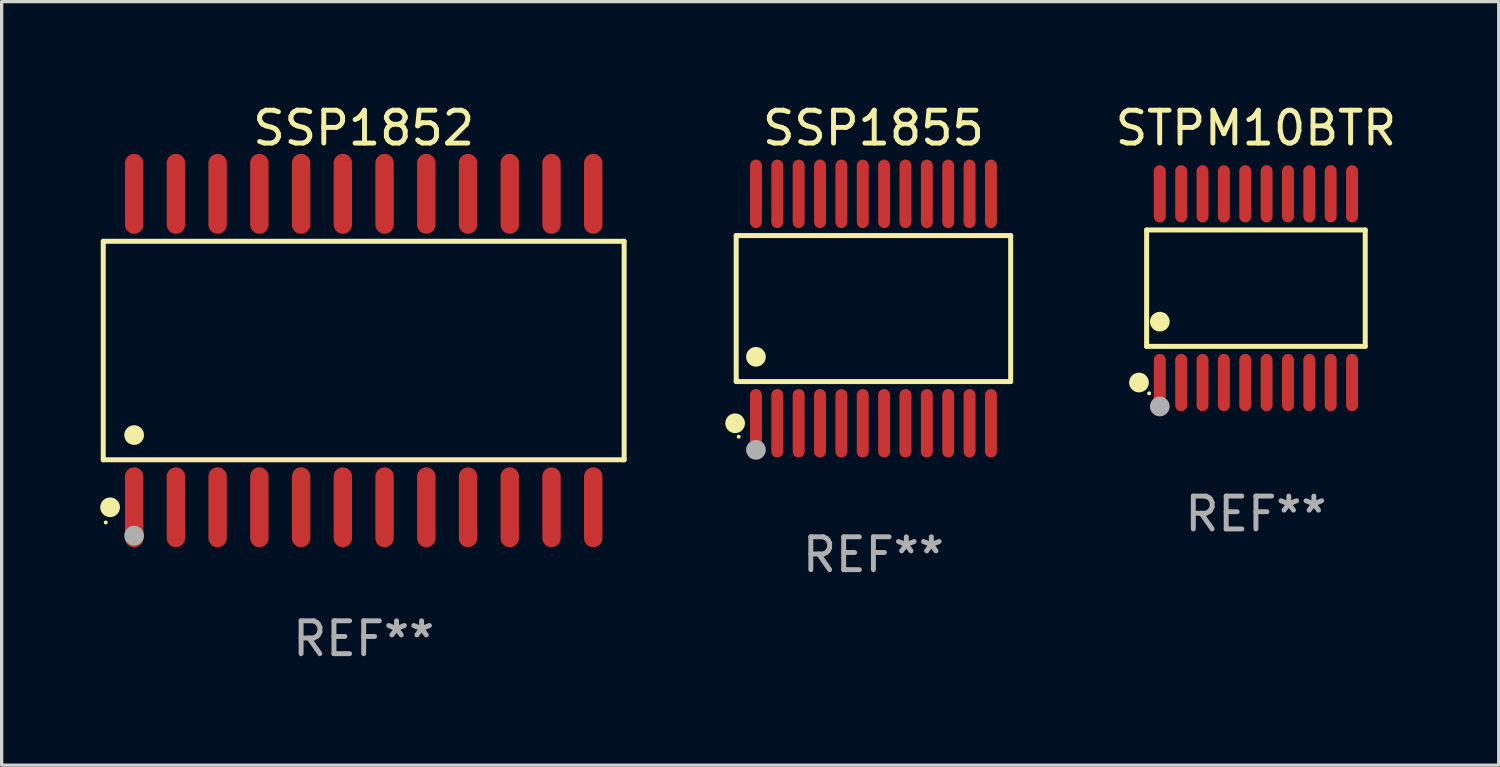
<source format=kicad_pcb>
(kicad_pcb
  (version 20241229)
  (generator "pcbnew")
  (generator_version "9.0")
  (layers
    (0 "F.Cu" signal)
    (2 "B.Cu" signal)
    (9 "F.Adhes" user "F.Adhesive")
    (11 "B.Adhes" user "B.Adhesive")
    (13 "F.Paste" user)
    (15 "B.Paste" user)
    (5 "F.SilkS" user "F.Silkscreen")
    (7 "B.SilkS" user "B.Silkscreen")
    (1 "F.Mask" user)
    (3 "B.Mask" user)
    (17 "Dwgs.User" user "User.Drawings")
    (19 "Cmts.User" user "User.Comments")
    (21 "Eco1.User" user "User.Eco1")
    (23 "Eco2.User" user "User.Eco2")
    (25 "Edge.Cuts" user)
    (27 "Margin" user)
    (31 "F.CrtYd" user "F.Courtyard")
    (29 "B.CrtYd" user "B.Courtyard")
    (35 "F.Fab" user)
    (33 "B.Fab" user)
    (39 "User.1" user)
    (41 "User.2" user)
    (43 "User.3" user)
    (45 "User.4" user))
  (footprint "SSP1855"
    (layer "F.Cu")
    (at 23.528 6.339)
    (property "Reference" "SSP1855" (at 0 -5.491 0) (layer "F.SilkS") (effects (font (size 1 1) (thickness 0.15))))
    (attr through_hole)
    (fp_line (start -4.176 -2.221) (end 4.176 -2.221) (stroke (width 0.152) (type solid)) (layer "F.SilkS"))
    (fp_line (start -4.176 2.221) (end -4.176 -2.221) (stroke (width 0.152) (type solid)) (layer "F.SilkS"))
    (fp_line (start 4.176 -2.221) (end 4.176 2.221) (stroke (width 0.152) (type solid)) (layer "F.SilkS"))
    (fp_line (start 4.176 2.221) (end -4.176 2.221) (stroke (width 0.152) (type solid)) (layer "F.SilkS"))
    (fp_circle (center -4.209 3.491) (end -4.059 3.491) (stroke (width 0.3) (type solid)) (fill no) (layer "F.SilkS"))
    (fp_circle (center -4.1 3.9) (end -4.07 3.9) (stroke (width 0.06) (type solid)) (fill no) (layer "F.SilkS"))
    (fp_circle (center -3.575 1.469) (end -3.425 1.469) (stroke (width 0.3) (type solid)) (fill no) (layer "F.SilkS"))
    (fp_circle (center -3.575 4.3) (end -3.425 4.3) (stroke (width 0.3) (type solid)) (fill no) (layer "F.Fab"))
    (fp_text user "REF**" (at 0 7.491 0) (layer "F.Fab") (effects (font (size 1 1) (thickness 0.15))))
    (pad "1" smd oval (at -3.575 3.491) (size 0.364 2.082) (layers "F.Cu" "F.Mask" "F.Paste"))
    (pad "2" smd oval (at -2.925 3.491) (size 0.364 2.082) (layers "F.Cu" "F.Mask" "F.Paste"))
    (pad "3" smd oval (at -2.275 3.491) (size 0.364 2.082) (layers "F.Cu" "F.Mask" "F.Paste"))
    (pad "4" smd oval (at -1.625 3.491) (size 0.364 2.082) (layers "F.Cu" "F.Mask" "F.Paste"))
    (pad "5" smd oval (at -0.975 3.491) (size 0.364 2.082) (layers "F.Cu" "F.Mask" "F.Paste"))
    (pad "6" smd oval (at -0.325 3.491) (size 0.364 2.082) (layers "F.Cu" "F.Mask" "F.Paste"))
    (pad "7" smd oval (at 0.325 3.491) (size 0.364 2.082) (layers "F.Cu" "F.Mask" "F.Paste"))
    (pad "8" smd oval (at 0.975 3.491) (size 0.364 2.082) (layers "F.Cu" "F.Mask" "F.Paste"))
    (pad "9" smd oval (at 1.625 3.491) (size 0.364 2.082) (layers "F.Cu" "F.Mask" "F.Paste"))
    (pad "10" smd oval (at 2.275 3.491) (size 0.364 2.082) (layers "F.Cu" "F.Mask" "F.Paste"))
    (pad "11" smd oval (at 2.925 3.491) (size 0.364 2.082) (layers "F.Cu" "F.Mask" "F.Paste"))
    (pad "12" smd oval (at 3.575 3.491) (size 0.364 2.082) (layers "F.Cu" "F.Mask" "F.Paste"))
    (pad "13" smd oval (at 3.575 -3.491) (size 0.364 2.082) (layers "F.Cu" "F.Mask" "F.Paste"))
    (pad "14" smd oval (at 2.925 -3.491) (size 0.364 2.082) (layers "F.Cu" "F.Mask" "F.Paste"))
    (pad "15" smd oval (at 2.275 -3.491) (size 0.364 2.082) (layers "F.Cu" "F.Mask" "F.Paste"))
    (pad "16" smd oval (at 1.625 -3.491) (size 0.364 2.082) (layers "F.Cu" "F.Mask" "F.Paste"))
    (pad "17" smd oval (at 0.975 -3.491) (size 0.364 2.082) (layers "F.Cu" "F.Mask" "F.Paste"))
    (pad "18" smd oval (at 0.325 -3.491) (size 0.364 2.082) (layers "F.Cu" "F.Mask" "F.Paste"))
    (pad "19" smd oval (at -0.325 -3.491) (size 0.364 2.082) (layers "F.Cu" "F.Mask" "F.Paste"))
    (pad "20" smd oval (at -0.975 -3.491) (size 0.364 2.082) (layers "F.Cu" "F.Mask" "F.Paste"))
    (pad "21" smd oval (at -1.625 -3.491) (size 0.364 2.082) (layers "F.Cu" "F.Mask" "F.Paste"))
    (pad "22" smd oval (at -2.275 -3.491) (size 0.364 2.082) (layers "F.Cu" "F.Mask" "F.Paste"))
    (pad "23" smd oval (at -2.925 -3.491) (size 0.364 2.082) (layers "F.Cu" "F.Mask" "F.Paste"))
    (pad "24" smd oval (at -3.575 -3.491) (size 0.364 2.082) (layers "F.Cu" "F.Mask" "F.Paste")))
  (footprint "SSP1852"
    (layer "F.Cu")
    (at 8.017 7.617)
    (property "Reference" "SSP1852" (at 0 -6.769 0) (layer "F.SilkS") (effects (font (size 1 1) (thickness 0.15))))
    (attr through_hole)
    (fp_line (start -7.925 -3.324) (end 7.925 -3.324) (stroke (width 0.152) (type solid)) (layer "F.SilkS"))
    (fp_line (start -7.925 3.324) (end -7.925 -3.324) (stroke (width 0.152) (type solid)) (layer "F.SilkS"))
    (fp_line (start 7.925 -3.324) (end 7.925 3.324) (stroke (width 0.152) (type solid)) (layer "F.SilkS"))
    (fp_line (start 7.925 3.324) (end -7.925 3.324) (stroke (width 0.152) (type solid)) (layer "F.SilkS"))
    (fp_circle (center -7.849 5.232) (end -7.819 5.232) (stroke (width 0.06) (type solid)) (fill no) (layer "F.SilkS"))
    (fp_circle (center -7.717 4.769) (end -7.567 4.769) (stroke (width 0.3) (type solid)) (fill no) (layer "F.SilkS"))
    (fp_circle (center -6.985 2.572) (end -6.835 2.572) (stroke (width 0.3) (type solid)) (fill no) (layer "F.SilkS"))
    (fp_circle (center -6.985 5.632) (end -6.835 5.632) (stroke (width 0.3) (type solid)) (fill no) (layer "F.Fab"))
    (fp_text user "REF**" (at 0 8.769 0) (layer "F.Fab") (effects (font (size 1 1) (thickness 0.15))))
    (pad "1" smd oval (at -6.985 4.769) (size 0.56 2.432) (layers "F.Cu" "F.Mask" "F.Paste"))
    (pad "2" smd oval (at -5.715 4.769) (size 0.56 2.432) (layers "F.Cu" "F.Mask" "F.Paste"))
    (pad "3" smd oval (at -4.445 4.769) (size 0.56 2.432) (layers "F.Cu" "F.Mask" "F.Paste"))
    (pad "4" smd oval (at -3.175 4.769) (size 0.56 2.432) (layers "F.Cu" "F.Mask" "F.Paste"))
    (pad "5" smd oval (at -1.905 4.769) (size 0.56 2.432) (layers "F.Cu" "F.Mask" "F.Paste"))
    (pad "6" smd oval (at -0.635 4.769) (size 0.56 2.432) (layers "F.Cu" "F.Mask" "F.Paste"))
    (pad "7" smd oval (at 0.635 4.769) (size 0.56 2.432) (layers "F.Cu" "F.Mask" "F.Paste"))
    (pad "8" smd oval (at 1.905 4.769) (size 0.56 2.432) (layers "F.Cu" "F.Mask" "F.Paste"))
    (pad "9" smd oval (at 3.175 4.769) (size 0.56 2.432) (layers "F.Cu" "F.Mask" "F.Paste"))
    (pad "10" smd oval (at 4.445 4.769) (size 0.56 2.432) (layers "F.Cu" "F.Mask" "F.Paste"))
    (pad "11" smd oval (at 5.715 4.769) (size 0.56 2.432) (layers "F.Cu" "F.Mask" "F.Paste"))
    (pad "12" smd oval (at 6.985 4.769) (size 0.56 2.432) (layers "F.Cu" "F.Mask" "F.Paste"))
    (pad "13" smd oval (at 6.985 -4.769) (size 0.56 2.432) (layers "F.Cu" "F.Mask" "F.Paste"))
    (pad "14" smd oval (at 5.715 -4.769) (size 0.56 2.432) (layers "F.Cu" "F.Mask" "F.Paste"))
    (pad "15" smd oval (at 4.445 -4.769) (size 0.56 2.432) (layers "F.Cu" "F.Mask" "F.Paste"))
    (pad "16" smd oval (at 3.175 -4.769) (size 0.56 2.432) (layers "F.Cu" "F.Mask" "F.Paste"))
    (pad "17" smd oval (at 1.905 -4.769) (size 0.56 2.432) (layers "F.Cu" "F.Mask" "F.Paste"))
    (pad "18" smd oval (at 0.635 -4.769) (size 0.56 2.432) (layers "F.Cu" "F.Mask" "F.Paste"))
    (pad "19" smd oval (at -0.635 -4.769) (size 0.56 2.432) (layers "F.Cu" "F.Mask" "F.Paste"))
    (pad "20" smd oval (at -1.905 -4.769) (size 0.56 2.432) (layers "F.Cu" "F.Mask" "F.Paste"))
    (pad "21" smd oval (at -3.175 -4.769) (size 0.56 2.432) (layers "F.Cu" "F.Mask" "F.Paste"))
    (pad "22" smd oval (at -4.445 -4.769) (size 0.56 2.432) (layers "F.Cu" "F.Mask" "F.Paste"))
    (pad "23" smd oval (at -5.715 -4.769) (size 0.56 2.432) (layers "F.Cu" "F.Mask" "F.Paste"))
    (pad "24" smd oval (at -6.985 -4.769) (size 0.56 2.432) (layers "F.Cu" "F.Mask" "F.Paste")))
  (footprint "STPM10BTR"
    (layer "F.Cu")
    (at 35.167 5.719)
    (property "Reference" "STPM10BTR" (at 0 -4.871 0) (layer "F.SilkS") (effects (font (size 1 1) (thickness 0.15))))
    (attr through_hole)
    (fp_line (start -3.326 -1.771) (end 3.326 -1.771) (stroke (width 0.152) (type solid)) (layer "F.SilkS"))
    (fp_line (start -3.326 1.771) (end -3.326 -1.771) (stroke (width 0.152) (type solid)) (layer "F.SilkS"))
    (fp_line (start 3.326 -1.771) (end 3.326 1.771) (stroke (width 0.152) (type solid)) (layer "F.SilkS"))
    (fp_line (start 3.326 1.771) (end -3.326 1.771) (stroke (width 0.152) (type solid)) (layer "F.SilkS"))
    (fp_circle (center -3.559 2.871) (end -3.409 2.871) (stroke (width 0.3) (type solid)) (fill no) (layer "F.SilkS"))
    (fp_circle (center -3.25 3.2) (end -3.22 3.2) (stroke (width 0.06) (type solid)) (fill no) (layer "F.SilkS"))
    (fp_circle (center -2.925 1.019) (end -2.775 1.019) (stroke (width 0.3) (type solid)) (fill no) (layer "F.SilkS"))
    (fp_circle (center -2.925 3.6) (end -2.775 3.6) (stroke (width 0.3) (type solid)) (fill no) (layer "F.Fab"))
    (fp_text user "REF**" (at 0 6.871 0) (layer "F.Fab") (effects (font (size 1 1) (thickness 0.15))))
    (pad "1" smd oval (at -2.925 2.871) (size 0.364 1.742) (layers "F.Cu" "F.Mask" "F.Paste"))
    (pad "2" smd oval (at -2.275 2.871) (size 0.364 1.742) (layers "F.Cu" "F.Mask" "F.Paste"))
    (pad "3" smd oval (at -1.625 2.871) (size 0.364 1.742) (layers "F.Cu" "F.Mask" "F.Paste"))
    (pad "4" smd oval (at -0.975 2.871) (size 0.364 1.742) (layers "F.Cu" "F.Mask" "F.Paste"))
    (pad "5" smd oval (at -0.325 2.871) (size 0.364 1.742) (layers "F.Cu" "F.Mask" "F.Paste"))
    (pad "6" smd oval (at 0.325 2.871) (size 0.364 1.742) (layers "F.Cu" "F.Mask" "F.Paste"))
    (pad "7" smd oval (at 0.975 2.871) (size 0.364 1.742) (layers "F.Cu" "F.Mask" "F.Paste"))
    (pad "8" smd oval (at 1.625 2.871) (size 0.364 1.742) (layers "F.Cu" "F.Mask" "F.Paste"))
    (pad "9" smd oval (at 2.275 2.871) (size 0.364 1.742) (layers "F.Cu" "F.Mask" "F.Paste"))
    (pad "10" smd oval (at 2.925 2.871) (size 0.364 1.742) (layers "F.Cu" "F.Mask" "F.Paste"))
    (pad "11" smd oval (at 2.925 -2.871) (size 0.364 1.742) (layers "F.Cu" "F.Mask" "F.Paste"))
    (pad "12" smd oval (at 2.275 -2.871) (size 0.364 1.742) (layers "F.Cu" "F.Mask" "F.Paste"))
    (pad "13" smd oval (at 1.625 -2.871) (size 0.364 1.742) (layers "F.Cu" "F.Mask" "F.Paste"))
    (pad "14" smd oval (at 0.975 -2.871) (size 0.364 1.742) (layers "F.Cu" "F.Mask" "F.Paste"))
    (pad "15" smd oval (at 0.325 -2.871) (size 0.364 1.742) (layers "F.Cu" "F.Mask" "F.Paste"))
    (pad "16" smd oval (at -0.325 -2.871) (size 0.364 1.742) (layers "F.Cu" "F.Mask" "F.Paste"))
    (pad "17" smd oval (at -0.975 -2.871) (size 0.364 1.742) (layers "F.Cu" "F.Mask" "F.Paste"))
    (pad "18" smd oval (at -1.625 -2.871) (size 0.364 1.742) (layers "F.Cu" "F.Mask" "F.Paste"))
    (pad "19" smd oval (at -2.275 -2.871) (size 0.364 1.742) (layers "F.Cu" "F.Mask" "F.Paste"))
    (pad "20" smd oval (at -2.925 -2.871) (size 0.364 1.742) (layers "F.Cu" "F.Mask" "F.Paste")))
  (gr_rect
    (start -3 -3)
    (end 42.554 20.234)
    (stroke (width 0.1) (type default))
    (fill no)
    (layer "Edge.Cuts")))
</source>
